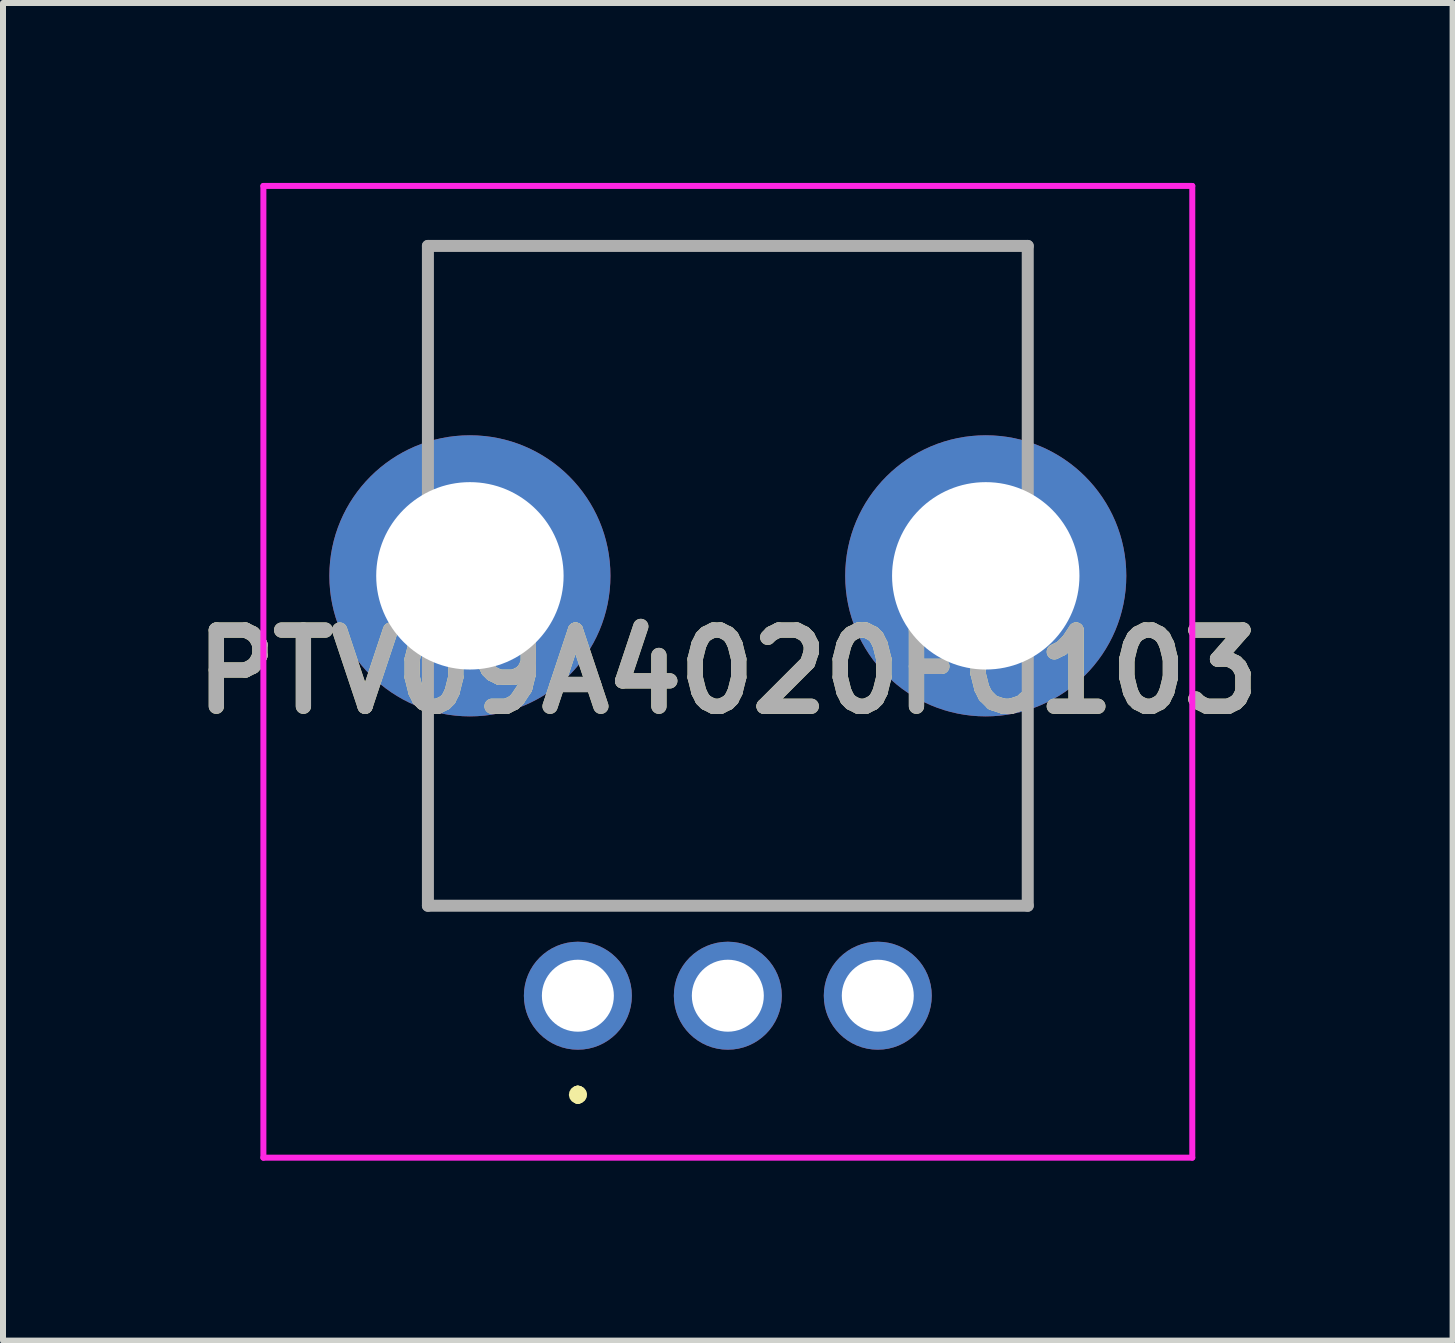
<source format=kicad_pcb>
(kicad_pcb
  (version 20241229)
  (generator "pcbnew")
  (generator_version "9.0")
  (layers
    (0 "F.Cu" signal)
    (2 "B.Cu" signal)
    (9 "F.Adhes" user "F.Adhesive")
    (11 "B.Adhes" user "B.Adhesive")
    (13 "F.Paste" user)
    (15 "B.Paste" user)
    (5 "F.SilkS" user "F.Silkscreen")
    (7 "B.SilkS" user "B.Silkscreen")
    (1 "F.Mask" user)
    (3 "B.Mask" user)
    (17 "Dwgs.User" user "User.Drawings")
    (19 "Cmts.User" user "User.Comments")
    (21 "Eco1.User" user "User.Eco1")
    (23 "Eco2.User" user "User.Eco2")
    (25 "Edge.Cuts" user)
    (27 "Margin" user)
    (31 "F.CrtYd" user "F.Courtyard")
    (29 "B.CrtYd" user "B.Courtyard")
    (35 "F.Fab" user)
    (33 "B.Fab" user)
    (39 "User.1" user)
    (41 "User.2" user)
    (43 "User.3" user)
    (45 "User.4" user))
  (footprint "PTV09A4020FC103"
    (layer "F.Cu")
    (at 6.584 13.55)
    (property "Reference" "PTV09A4020FC103" (at 2.5 -5.4 0) (layer "F.SilkS") (effects (font (size 1.27 1.27) (thickness 0.254))))
    (attr through_hole)
    (fp_line (start -2.5 -12.5) (end -2.5 -12.5) (stroke (width 0.1) (type solid)) (layer "F.SilkS"))
    (fp_line (start -2.5 -12.5) (end -2.5 -12.5) (stroke (width 0.1) (type solid)) (layer "F.SilkS"))
    (fp_line (start -2.5 -12.5) (end -2.5 -9.75) (stroke (width 0.1) (type solid)) (layer "F.SilkS"))
    (fp_line (start -2.5 -12.5) (end 7.5 -12.5) (stroke (width 0.1) (type solid)) (layer "F.SilkS"))
    (fp_line (start -2.5 -9.75) (end -2.5 -12.5) (stroke (width 0.1) (type solid)) (layer "F.SilkS"))
    (fp_line (start -2.5 -9.75) (end -2.5 -9.75) (stroke (width 0.1) (type solid)) (layer "F.SilkS"))
    (fp_line (start -2.5 -4.25) (end -2.5 -4.25) (stroke (width 0.1) (type solid)) (layer "F.SilkS"))
    (fp_line (start -2.5 -4.25) (end -2.5 -1.5) (stroke (width 0.1) (type solid)) (layer "F.SilkS"))
    (fp_line (start -2.5 -1.5) (end -2.5 -4.25) (stroke (width 0.1) (type solid)) (layer "F.SilkS"))
    (fp_line (start -2.5 -1.5) (end -2.5 -1.5) (stroke (width 0.1) (type solid)) (layer "F.SilkS"))
    (fp_line (start -2.5 -1.5) (end -2.5 -1.5) (stroke (width 0.1) (type solid)) (layer "F.SilkS"))
    (fp_line (start -2.5 -1.5) (end 7.5 -1.5) (stroke (width 0.1) (type solid)) (layer "F.SilkS"))
    (fp_line (start 0 1.6) (end 0 1.6) (stroke (width 0.2) (type solid)) (layer "F.SilkS"))
    (fp_line (start 0 1.7) (end 0 1.7) (stroke (width 0.2) (type solid)) (layer "F.SilkS"))
    (fp_line (start 0 1.7) (end 0 1.7) (stroke (width 0.2) (type solid)) (layer "F.SilkS"))
    (fp_line (start 7.5 -12.5) (end -2.5 -12.5) (stroke (width 0.1) (type solid)) (layer "F.SilkS"))
    (fp_line (start 7.5 -12.5) (end 7.5 -12.5) (stroke (width 0.1) (type solid)) (layer "F.SilkS"))
    (fp_line (start 7.5 -12.5) (end 7.5 -12.5) (stroke (width 0.1) (type solid)) (layer "F.SilkS"))
    (fp_line (start 7.5 -12.5) (end 7.5 -9.75) (stroke (width 0.1) (type solid)) (layer "F.SilkS"))
    (fp_line (start 7.5 -9.75) (end 7.5 -12.5) (stroke (width 0.1) (type solid)) (layer "F.SilkS"))
    (fp_line (start 7.5 -9.75) (end 7.5 -9.75) (stroke (width 0.1) (type solid)) (layer "F.SilkS"))
    (fp_line (start 7.5 -4.25) (end 7.5 -4.25) (stroke (width 0.1) (type solid)) (layer "F.SilkS"))
    (fp_line (start 7.5 -4.25) (end 7.5 -1.5) (stroke (width 0.1) (type solid)) (layer "F.SilkS"))
    (fp_line (start 7.5 -1.5) (end -2.5 -1.5) (stroke (width 0.1) (type solid)) (layer "F.SilkS"))
    (fp_line (start 7.5 -1.5) (end 7.5 -4.25) (stroke (width 0.1) (type solid)) (layer "F.SilkS"))
    (fp_line (start 7.5 -1.5) (end 7.5 -1.5) (stroke (width 0.1) (type solid)) (layer "F.SilkS"))
    (fp_line (start 7.5 -1.5) (end 7.5 -1.5) (stroke (width 0.1) (type solid)) (layer "F.SilkS"))
    (fp_arc (start 0 1.6) (mid 0.05 1.65) (end 0 1.7) (stroke (width 0.2) (type solid)) (layer "F.SilkS"))
    (fp_arc (start 0 1.6) (mid 0.05 1.65) (end 0 1.7) (stroke (width 0.2) (type solid)) (layer "F.SilkS"))
    (fp_arc (start 0 1.7) (mid -0.05 1.65) (end 0 1.6) (stroke (width 0.2) (type solid)) (layer "F.SilkS"))
    (fp_line (start -5.243 -13.5) (end 10.243 -13.5) (stroke (width 0.1) (type solid)) (layer "F.CrtYd"))
    (fp_line (start -5.243 2.7) (end -5.243 -13.5) (stroke (width 0.1) (type solid)) (layer "F.CrtYd"))
    (fp_line (start 10.243 -13.5) (end 10.243 2.7) (stroke (width 0.1) (type solid)) (layer "F.CrtYd"))
    (fp_line (start 10.243 2.7) (end -5.243 2.7) (stroke (width 0.1) (type solid)) (layer "F.CrtYd"))
    (fp_line (start -2.5 -12.5) (end -2.5 -1.5) (stroke (width 0.2) (type solid)) (layer "F.Fab"))
    (fp_line (start -2.5 -1.5) (end 7.5 -1.5) (stroke (width 0.2) (type solid)) (layer "F.Fab"))
    (fp_line (start 7.5 -12.5) (end -2.5 -12.5) (stroke (width 0.2) (type solid)) (layer "F.Fab"))
    (fp_line (start 7.5 -1.5) (end 7.5 -12.5) (stroke (width 0.2) (type solid)) (layer "F.Fab"))
    (fp_text user "${REFERENCE}" (at 2.5 -5.4 0) (layer "F.Fab") (effects (font (size 1.27 1.27) (thickness 0.254))))
    (pad "1" thru_hole circle (at 0 0) (size 1.8 1.8) (drill 1.2) (layers "*.Cu" "*.Mask"))
    (pad "2" thru_hole circle (at 2.5 0) (size 1.8 1.8) (drill 1.2) (layers "*.Cu" "*.Mask"))
    (pad "3" thru_hole circle (at 5 0) (size 1.8 1.8) (drill 1.2) (layers "*.Cu" "*.Mask"))
    (pad "MH1" thru_hole circle (at -1.8 -7) (size 4.686 4.686) (drill 3.124) (layers "*.Cu" "*.Mask"))
    (pad "MH2" thru_hole circle (at 6.8 -7) (size 4.686 4.686) (drill 3.124) (layers "*.Cu" "*.Mask")))
  (gr_rect
    (start -3 -3)
    (end 21.167 19.3)
    (stroke (width 0.1) (type default))
    (fill no)
    (layer "Edge.Cuts")))
</source>
